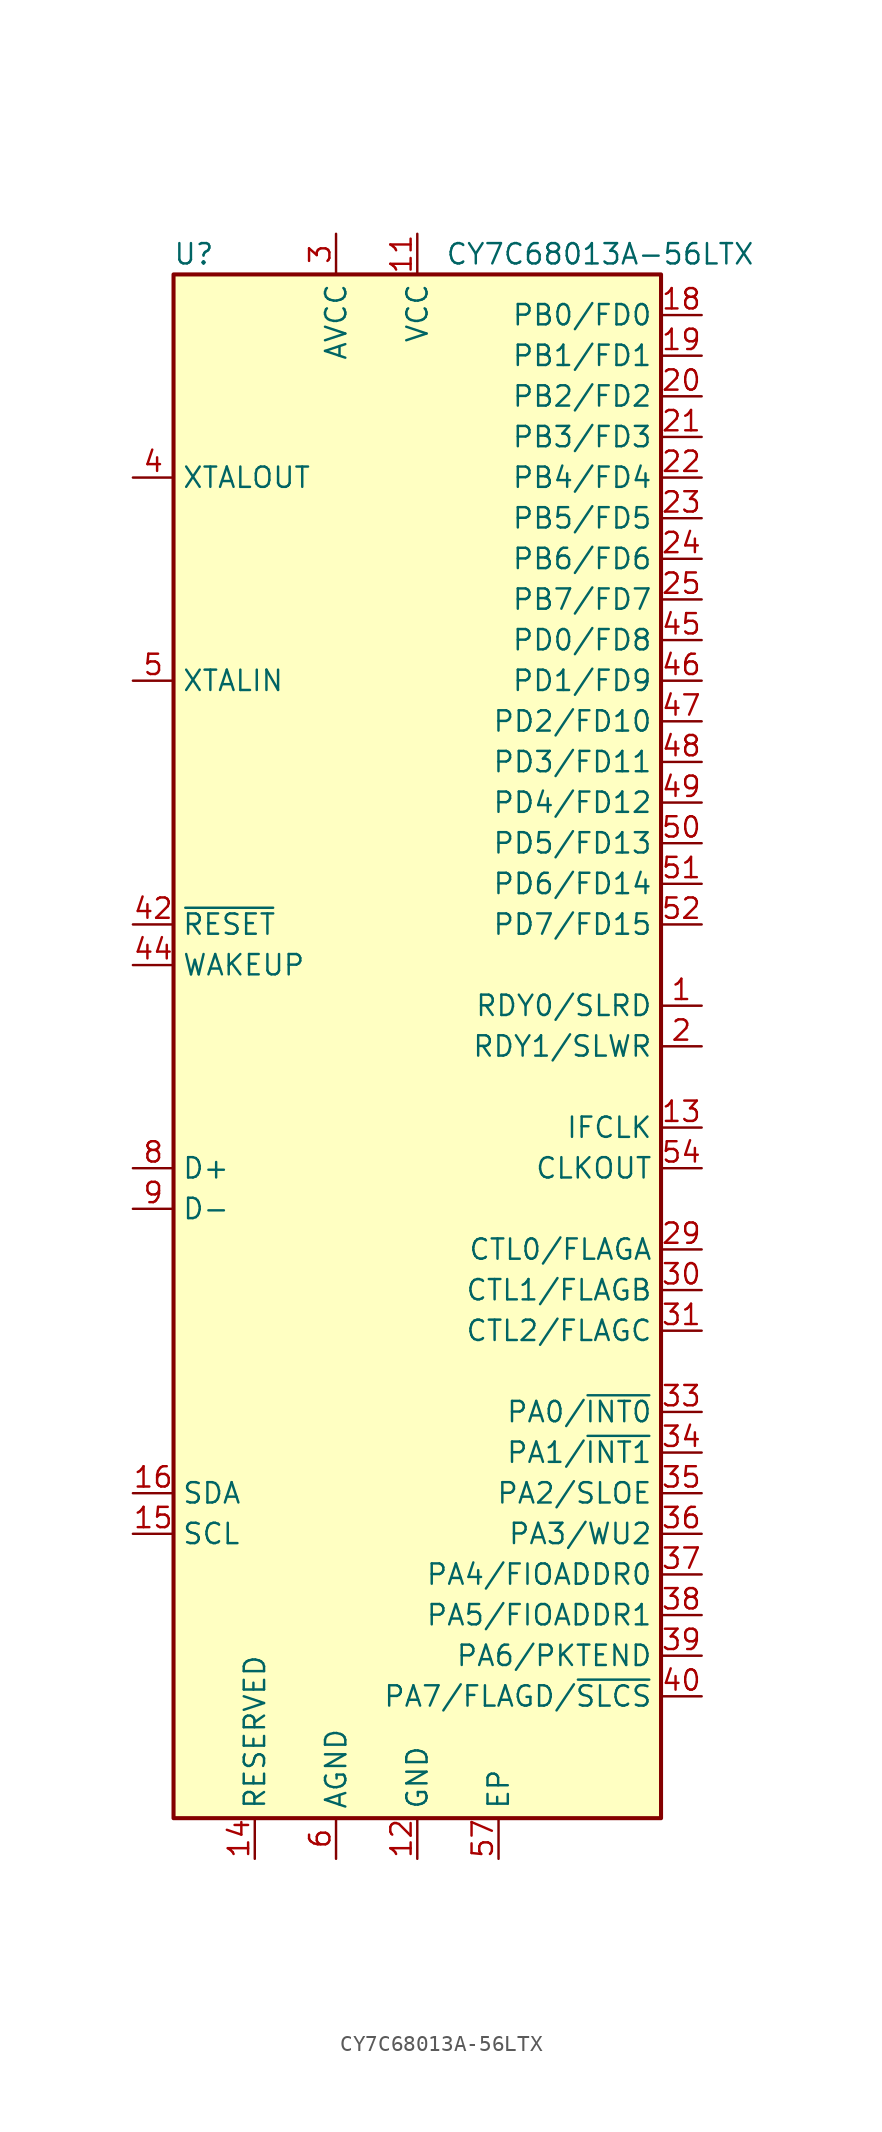
<source format=kicad_sym>
(kicad_symbol_lib
  (version 20201005)
  (generator kicad_symbol_editor)
  (symbol "CY7C68013A-56LTX"
    (property "Reference" "U"
      (at -13.97 49.53 0)
      (effects (font (size 1.27 1.27))))
    (property "Value" "CY7C68013A-56LTX"
      (at 11.43 49.53 0)
      (effects (font (size 1.27 1.27))))
    (symbol "CY7C68013A-56LTX_0_1"
      (rectangle (start -15.24 48.26) (end 15.24 -48.26) (stroke (width 0.254)) (fill (type background))))
    (symbol "CY7C68013A-56LTX_1_1"
      (pin input line (at 17.78 2.54 180) (length 2.54) (name "RDY0/SLRD" (effects (font (size 1.27 1.27)))) (number "1" (effects (font (size 1.27 1.27)))))
      (pin passive line (at -5.08 -50.8 90) (length 2.54) hide (name "AGND" (effects (font (size 1.27 1.27)))) (number "10" (effects (font (size 1.27 1.27)))))
      (pin power_in line (at 0 50.8 270) (length 2.54) (name "VCC" (effects (font (size 1.27 1.27)))) (number "11" (effects (font (size 1.27 1.27)))))
      (pin power_in line (at 0 -50.8 90) (length 2.54) (name "GND" (effects (font (size 1.27 1.27)))) (number "12" (effects (font (size 1.27 1.27)))))
      (pin bidirectional line (at 17.78 -5.08 180) (length 2.54) (name "IFCLK" (effects (font (size 1.27 1.27)))) (number "13" (effects (font (size 1.27 1.27)))))
      (pin input line (at -10.16 -50.8 90) (length 2.54) (name "RESERVED" (effects (font (size 1.27 1.27)))) (number "14" (effects (font (size 1.27 1.27)))))
      (pin input line (at -17.78 -30.48 0) (length 2.54) (name "SCL" (effects (font (size 1.27 1.27)))) (number "15" (effects (font (size 1.27 1.27)))))
      (pin bidirectional line (at -17.78 -27.94 0) (length 2.54) (name "SDA" (effects (font (size 1.27 1.27)))) (number "16" (effects (font (size 1.27 1.27)))))
      (pin passive line (at 0 50.8 270) (length 2.54) hide (name "VCC" (effects (font (size 1.27 1.27)))) (number "17" (effects (font (size 1.27 1.27)))))
      (pin bidirectional line (at 17.78 45.72 180) (length 2.54) (name "PB0/FD0" (effects (font (size 1.27 1.27)))) (number "18" (effects (font (size 1.27 1.27)))))
      (pin bidirectional line (at 17.78 43.18 180) (length 2.54) (name "PB1/FD1" (effects (font (size 1.27 1.27)))) (number "19" (effects (font (size 1.27 1.27)))))
      (pin input line (at 17.78 0 180) (length 2.54) (name "RDY1/SLWR" (effects (font (size 1.27 1.27)))) (number "2" (effects (font (size 1.27 1.27)))))
      (pin bidirectional line (at 17.78 40.64 180) (length 2.54) (name "PB2/FD2" (effects (font (size 1.27 1.27)))) (number "20" (effects (font (size 1.27 1.27)))))
      (pin bidirectional line (at 17.78 38.1 180) (length 2.54) (name "PB3/FD3" (effects (font (size 1.27 1.27)))) (number "21" (effects (font (size 1.27 1.27)))))
      (pin bidirectional line (at 17.78 35.56 180) (length 2.54) (name "PB4/FD4" (effects (font (size 1.27 1.27)))) (number "22" (effects (font (size 1.27 1.27)))))
      (pin bidirectional line (at 17.78 33.02 180) (length 2.54) (name "PB5/FD5" (effects (font (size 1.27 1.27)))) (number "23" (effects (font (size 1.27 1.27)))))
      (pin bidirectional line (at 17.78 30.48 180) (length 2.54) (name "PB6/FD6" (effects (font (size 1.27 1.27)))) (number "24" (effects (font (size 1.27 1.27)))))
      (pin bidirectional line (at 17.78 27.94 180) (length 2.54) (name "PB7/FD7" (effects (font (size 1.27 1.27)))) (number "25" (effects (font (size 1.27 1.27)))))
      (pin passive line (at 0 -50.8 90) (length 2.54) hide (name "GND" (effects (font (size 1.27 1.27)))) (number "26" (effects (font (size 1.27 1.27)))))
      (pin passive line (at 0 50.8 270) (length 2.54) hide (name "VCC" (effects (font (size 1.27 1.27)))) (number "27" (effects (font (size 1.27 1.27)))))
      (pin passive line (at 0 -50.8 90) (length 2.54) hide (name "GND" (effects (font (size 1.27 1.27)))) (number "28" (effects (font (size 1.27 1.27)))))
      (pin output line (at 17.78 -12.7 180) (length 2.54) (name "CTL0/FLAGA" (effects (font (size 1.27 1.27)))) (number "29" (effects (font (size 1.27 1.27)))))
      (pin power_in line (at -5.08 50.8 270) (length 2.54) (name "AVCC" (effects (font (size 1.27 1.27)))) (number "3" (effects (font (size 1.27 1.27)))))
      (pin output line (at 17.78 -15.24 180) (length 2.54) (name "CTL1/FLAGB" (effects (font (size 1.27 1.27)))) (number "30" (effects (font (size 1.27 1.27)))))
      (pin output line (at 17.78 -17.78 180) (length 2.54) (name "CTL2/FLAGC" (effects (font (size 1.27 1.27)))) (number "31" (effects (font (size 1.27 1.27)))))
      (pin passive line (at 0 50.8 270) (length 2.54) hide (name "VCC" (effects (font (size 1.27 1.27)))) (number "32" (effects (font (size 1.27 1.27)))))
      (pin bidirectional line (at 17.78 -22.86 180) (length 2.54) (name "PA0/~INT0" (effects (font (size 1.27 1.27)))) (number "33" (effects (font (size 1.27 1.27)))))
      (pin bidirectional line (at 17.78 -25.4 180) (length 2.54) (name "PA1/~INT1" (effects (font (size 1.27 1.27)))) (number "34" (effects (font (size 1.27 1.27)))))
      (pin bidirectional line (at 17.78 -27.94 180) (length 2.54) (name "PA2/SLOE" (effects (font (size 1.27 1.27)))) (number "35" (effects (font (size 1.27 1.27)))))
      (pin bidirectional line (at 17.78 -30.48 180) (length 2.54) (name "PA3/WU2" (effects (font (size 1.27 1.27)))) (number "36" (effects (font (size 1.27 1.27)))))
      (pin bidirectional line (at 17.78 -33.02 180) (length 2.54) (name "PA4/FIOADDR0" (effects (font (size 1.27 1.27)))) (number "37" (effects (font (size 1.27 1.27)))))
      (pin bidirectional line (at 17.78 -35.56 180) (length 2.54) (name "PA5/FIOADDR1" (effects (font (size 1.27 1.27)))) (number "38" (effects (font (size 1.27 1.27)))))
      (pin bidirectional line (at 17.78 -38.1 180) (length 2.54) (name "PA6/PKTEND" (effects (font (size 1.27 1.27)))) (number "39" (effects (font (size 1.27 1.27)))))
      (pin output line (at -17.78 35.56 0) (length 2.54) (name "XTALOUT" (effects (font (size 1.27 1.27)))) (number "4" (effects (font (size 1.27 1.27)))))
      (pin bidirectional line (at 17.78 -40.64 180) (length 2.54) (name "PA7/FLAGD/~SLCS" (effects (font (size 1.27 1.27)))) (number "40" (effects (font (size 1.27 1.27)))))
      (pin passive line (at 0 -50.8 90) (length 2.54) hide (name "GND" (effects (font (size 1.27 1.27)))) (number "41" (effects (font (size 1.27 1.27)))))
      (pin input line (at -17.78 7.62 0) (length 2.54) (name "~RESET" (effects (font (size 1.27 1.27)))) (number "42" (effects (font (size 1.27 1.27)))))
      (pin passive line (at 0 50.8 270) (length 2.54) hide (name "VCC" (effects (font (size 1.27 1.27)))) (number "43" (effects (font (size 1.27 1.27)))))
      (pin input line (at -17.78 5.08 0) (length 2.54) (name "WAKEUP" (effects (font (size 1.27 1.27)))) (number "44" (effects (font (size 1.27 1.27)))))
      (pin bidirectional line (at 17.78 25.4 180) (length 2.54) (name "PD0/FD8" (effects (font (size 1.27 1.27)))) (number "45" (effects (font (size 1.27 1.27)))))
      (pin bidirectional line (at 17.78 22.86 180) (length 2.54) (name "PD1/FD9" (effects (font (size 1.27 1.27)))) (number "46" (effects (font (size 1.27 1.27)))))
      (pin bidirectional line (at 17.78 20.32 180) (length 2.54) (name "PD2/FD10" (effects (font (size 1.27 1.27)))) (number "47" (effects (font (size 1.27 1.27)))))
      (pin bidirectional line (at 17.78 17.78 180) (length 2.54) (name "PD3/FD11" (effects (font (size 1.27 1.27)))) (number "48" (effects (font (size 1.27 1.27)))))
      (pin bidirectional line (at 17.78 15.24 180) (length 2.54) (name "PD4/FD12" (effects (font (size 1.27 1.27)))) (number "49" (effects (font (size 1.27 1.27)))))
      (pin input line (at -17.78 22.86 0) (length 2.54) (name "XTALIN" (effects (font (size 1.27 1.27)))) (number "5" (effects (font (size 1.27 1.27)))))
      (pin bidirectional line (at 17.78 12.7 180) (length 2.54) (name "PD5/FD13" (effects (font (size 1.27 1.27)))) (number "50" (effects (font (size 1.27 1.27)))))
      (pin bidirectional line (at 17.78 10.16 180) (length 2.54) (name "PD6/FD14" (effects (font (size 1.27 1.27)))) (number "51" (effects (font (size 1.27 1.27)))))
      (pin bidirectional line (at 17.78 7.62 180) (length 2.54) (name "PD7/FD15" (effects (font (size 1.27 1.27)))) (number "52" (effects (font (size 1.27 1.27)))))
      (pin passive line (at 0 -50.8 90) (length 2.54) hide (name "GND" (effects (font (size 1.27 1.27)))) (number "53" (effects (font (size 1.27 1.27)))))
      (pin output line (at 17.78 -7.62 180) (length 2.54) (name "CLKOUT" (effects (font (size 1.27 1.27)))) (number "54" (effects (font (size 1.27 1.27)))))
      (pin passive line (at 0 50.8 270) (length 2.54) hide (name "VCC" (effects (font (size 1.27 1.27)))) (number "55" (effects (font (size 1.27 1.27)))))
      (pin passive line (at 0 -50.8 90) (length 2.54) hide (name "GND" (effects (font (size 1.27 1.27)))) (number "56" (effects (font (size 1.27 1.27)))))
      (pin input line (at 5.08 -50.8 90) (length 2.54) (name "EP" (effects (font (size 1.27 1.27)))) (number "57" (effects (font (size 1.27 1.27)))))
      (pin power_in line (at -5.08 -50.8 90) (length 2.54) (name "AGND" (effects (font (size 1.27 1.27)))) (number "6" (effects (font (size 1.27 1.27)))))
      (pin passive line (at -5.08 50.8 270) (length 2.54) hide (name "AVCC" (effects (font (size 1.27 1.27)))) (number "7" (effects (font (size 1.27 1.27)))))
      (pin bidirectional line (at -17.78 -7.62 0) (length 2.54) (name "D+" (effects (font (size 1.27 1.27)))) (number "8" (effects (font (size 1.27 1.27)))))
      (pin bidirectional line (at -17.78 -10.16 0) (length 2.54) (name "D-" (effects (font (size 1.27 1.27)))) (number "9" (effects (font (size 1.27 1.27))))))))
</source>
